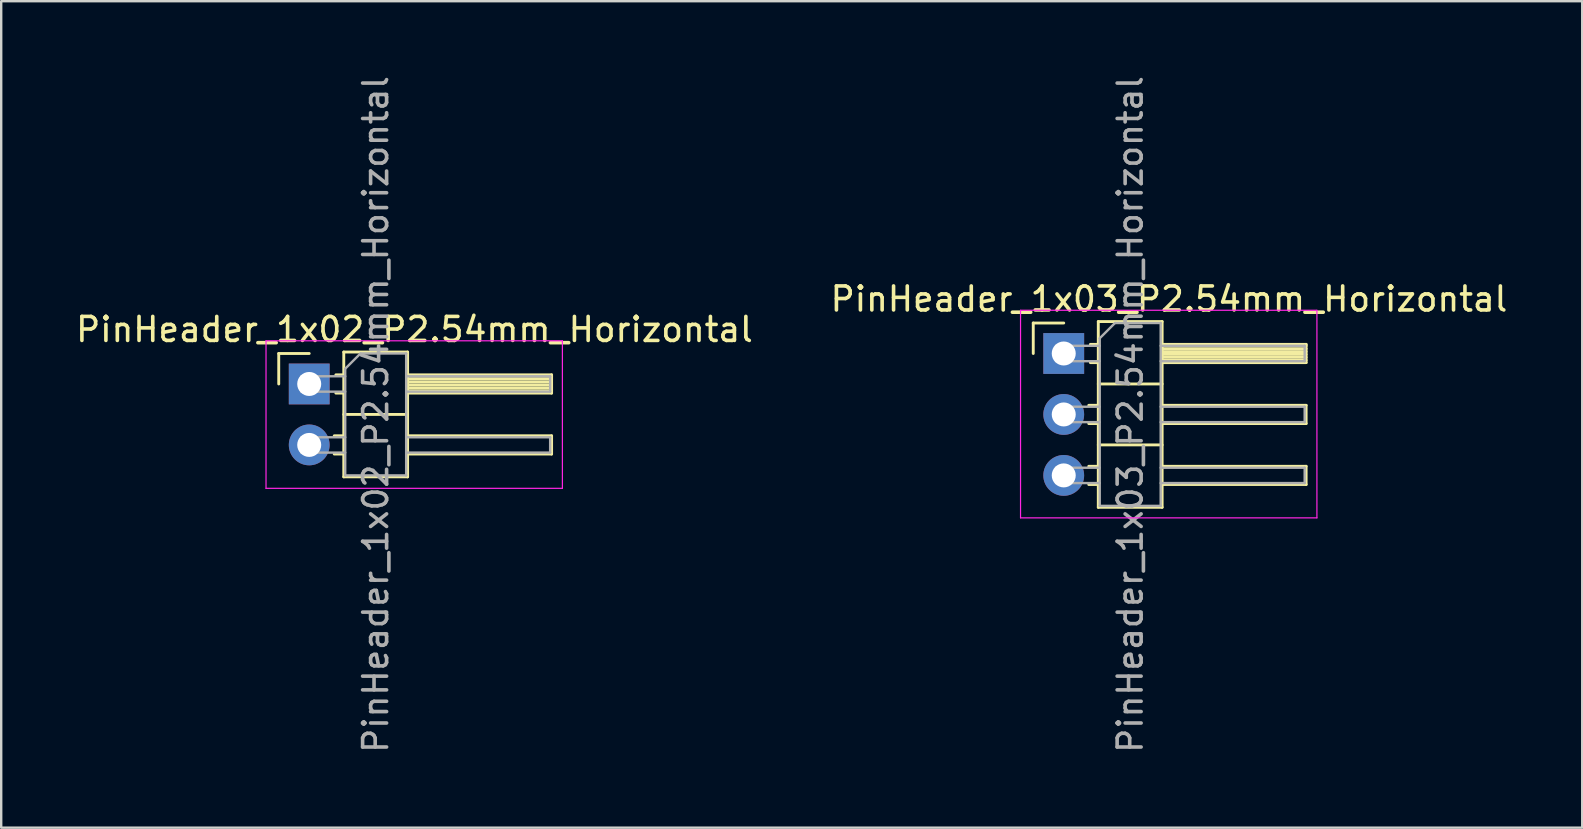
<source format=kicad_pcb>
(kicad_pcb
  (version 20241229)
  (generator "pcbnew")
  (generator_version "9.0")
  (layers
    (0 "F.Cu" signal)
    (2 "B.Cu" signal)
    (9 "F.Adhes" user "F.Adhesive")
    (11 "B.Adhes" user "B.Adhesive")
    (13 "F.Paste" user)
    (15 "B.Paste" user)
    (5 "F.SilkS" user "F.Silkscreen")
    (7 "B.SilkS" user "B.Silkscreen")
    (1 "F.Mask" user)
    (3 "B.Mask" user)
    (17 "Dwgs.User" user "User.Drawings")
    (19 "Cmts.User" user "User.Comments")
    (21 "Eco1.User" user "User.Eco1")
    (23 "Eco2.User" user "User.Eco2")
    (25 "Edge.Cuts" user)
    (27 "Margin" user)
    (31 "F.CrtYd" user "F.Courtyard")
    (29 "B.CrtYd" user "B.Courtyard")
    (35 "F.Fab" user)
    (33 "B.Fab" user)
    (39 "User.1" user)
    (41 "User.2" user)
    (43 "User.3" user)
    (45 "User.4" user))
  (footprint "PinHeader_1x02_P2.54mm_Horizontal"
    (layer "F.Cu")
    (at 9.835 12.95)
    (property "Reference" "PinHeader_1x02_P2.54mm_Horizontal" (at 4.385 -2.27 180) (layer "F.SilkS") (effects (font (size 1 1) (thickness 0.15))))
    (attr through_hole)
    (fp_line (start -1.27 -1.27) (end 0 -1.27) (stroke (width 0.12) (type solid)) (layer "F.SilkS"))
    (fp_line (start -1.27 0) (end -1.27 -1.27) (stroke (width 0.12) (type solid)) (layer "F.SilkS"))
    (fp_line (start 1.043 2.16) (end 1.44 2.16) (stroke (width 0.12) (type solid)) (layer "F.SilkS"))
    (fp_line (start 1.043 2.92) (end 1.44 2.92) (stroke (width 0.12) (type solid)) (layer "F.SilkS"))
    (fp_line (start 1.11 -0.38) (end 1.44 -0.38) (stroke (width 0.12) (type solid)) (layer "F.SilkS"))
    (fp_line (start 1.11 0.38) (end 1.44 0.38) (stroke (width 0.12) (type solid)) (layer "F.SilkS"))
    (fp_line (start 1.44 -1.33) (end 1.44 3.87) (stroke (width 0.12) (type solid)) (layer "F.SilkS"))
    (fp_line (start 1.44 1.27) (end 4.1 1.27) (stroke (width 0.12) (type solid)) (layer "F.SilkS"))
    (fp_line (start 1.44 3.87) (end 4.1 3.87) (stroke (width 0.12) (type solid)) (layer "F.SilkS"))
    (fp_line (start 4.1 -1.33) (end 1.44 -1.33) (stroke (width 0.12) (type solid)) (layer "F.SilkS"))
    (fp_line (start 4.1 -0.38) (end 10.1 -0.38) (stroke (width 0.12) (type solid)) (layer "F.SilkS"))
    (fp_line (start 4.1 -0.32) (end 10.1 -0.32) (stroke (width 0.12) (type solid)) (layer "F.SilkS"))
    (fp_line (start 4.1 -0.2) (end 10.1 -0.2) (stroke (width 0.12) (type solid)) (layer "F.SilkS"))
    (fp_line (start 4.1 -0.08) (end 10.1 -0.08) (stroke (width 0.12) (type solid)) (layer "F.SilkS"))
    (fp_line (start 4.1 0.04) (end 10.1 0.04) (stroke (width 0.12) (type solid)) (layer "F.SilkS"))
    (fp_line (start 4.1 0.16) (end 10.1 0.16) (stroke (width 0.12) (type solid)) (layer "F.SilkS"))
    (fp_line (start 4.1 0.28) (end 10.1 0.28) (stroke (width 0.12) (type solid)) (layer "F.SilkS"))
    (fp_line (start 4.1 2.16) (end 10.1 2.16) (stroke (width 0.12) (type solid)) (layer "F.SilkS"))
    (fp_line (start 4.1 3.87) (end 4.1 -1.33) (stroke (width 0.12) (type solid)) (layer "F.SilkS"))
    (fp_line (start 10.1 -0.38) (end 10.1 0.38) (stroke (width 0.12) (type solid)) (layer "F.SilkS"))
    (fp_line (start 10.1 0.38) (end 4.1 0.38) (stroke (width 0.12) (type solid)) (layer "F.SilkS"))
    (fp_line (start 10.1 2.16) (end 10.1 2.92) (stroke (width 0.12) (type solid)) (layer "F.SilkS"))
    (fp_line (start 10.1 2.92) (end 4.1 2.92) (stroke (width 0.12) (type solid)) (layer "F.SilkS"))
    (fp_line (start -1.8 -1.8) (end -1.8 4.35) (stroke (width 0.05) (type solid)) (layer "F.CrtYd"))
    (fp_line (start -1.8 4.35) (end 10.55 4.35) (stroke (width 0.05) (type solid)) (layer "F.CrtYd"))
    (fp_line (start 10.55 -1.8) (end -1.8 -1.8) (stroke (width 0.05) (type solid)) (layer "F.CrtYd"))
    (fp_line (start 10.55 4.35) (end 10.55 -1.8) (stroke (width 0.05) (type solid)) (layer "F.CrtYd"))
    (fp_line (start -0.32 -0.32) (end -0.32 0.32) (stroke (width 0.1) (type solid)) (layer "F.Fab"))
    (fp_line (start -0.32 -0.32) (end 1.5 -0.32) (stroke (width 0.1) (type solid)) (layer "F.Fab"))
    (fp_line (start -0.32 0.32) (end 1.5 0.32) (stroke (width 0.1) (type solid)) (layer "F.Fab"))
    (fp_line (start -0.32 2.22) (end -0.32 2.86) (stroke (width 0.1) (type solid)) (layer "F.Fab"))
    (fp_line (start -0.32 2.22) (end 1.5 2.22) (stroke (width 0.1) (type solid)) (layer "F.Fab"))
    (fp_line (start -0.32 2.86) (end 1.5 2.86) (stroke (width 0.1) (type solid)) (layer "F.Fab"))
    (fp_line (start 1.5 -0.635) (end 2.135 -1.27) (stroke (width 0.1) (type solid)) (layer "F.Fab"))
    (fp_line (start 1.5 3.81) (end 1.5 -0.635) (stroke (width 0.1) (type solid)) (layer "F.Fab"))
    (fp_line (start 2.135 -1.27) (end 4.04 -1.27) (stroke (width 0.1) (type solid)) (layer "F.Fab"))
    (fp_line (start 4.04 -1.27) (end 4.04 3.81) (stroke (width 0.1) (type solid)) (layer "F.Fab"))
    (fp_line (start 4.04 -0.32) (end 10.04 -0.32) (stroke (width 0.1) (type solid)) (layer "F.Fab"))
    (fp_line (start 4.04 0.32) (end 10.04 0.32) (stroke (width 0.1) (type solid)) (layer "F.Fab"))
    (fp_line (start 4.04 2.22) (end 10.04 2.22) (stroke (width 0.1) (type solid)) (layer "F.Fab"))
    (fp_line (start 4.04 2.86) (end 10.04 2.86) (stroke (width 0.1) (type solid)) (layer "F.Fab"))
    (fp_line (start 4.04 3.81) (end 1.5 3.81) (stroke (width 0.1) (type solid)) (layer "F.Fab"))
    (fp_line (start 10.04 -0.32) (end 10.04 0.32) (stroke (width 0.1) (type solid)) (layer "F.Fab"))
    (fp_line (start 10.04 2.22) (end 10.04 2.86) (stroke (width 0.1) (type solid)) (layer "F.Fab"))
    (fp_text user "${REFERENCE}" (at 2.77 1.27 270) (layer "F.Fab") (effects (font (size 1 1) (thickness 0.15))))
    (pad "1" thru_hole rect (at 0 0) (size 1.7 1.7) (drill 1) (layers "*.Cu" "*.Mask"))
    (pad "2" thru_hole oval (at 0 2.54) (size 1.7 1.7) (drill 1) (layers "*.Cu" "*.Mask")))
  (footprint "PinHeader_1x03_P2.54mm_Horizontal"
    (layer "F.Cu")
    (at 41.276 11.68)
    (property "Reference" "PinHeader_1x03_P2.54mm_Horizontal" (at 4.385 -2.27 0) (layer "F.SilkS") (effects (font (size 1 1) (thickness 0.15))))
    (attr through_hole)
    (fp_line (start -1.27 -1.27) (end 0 -1.27) (stroke (width 0.12) (type solid)) (layer "F.SilkS"))
    (fp_line (start -1.27 0) (end -1.27 -1.27) (stroke (width 0.12) (type solid)) (layer "F.SilkS"))
    (fp_line (start 1.043 2.16) (end 1.44 2.16) (stroke (width 0.12) (type solid)) (layer "F.SilkS"))
    (fp_line (start 1.043 2.92) (end 1.44 2.92) (stroke (width 0.12) (type solid)) (layer "F.SilkS"))
    (fp_line (start 1.043 4.7) (end 1.44 4.7) (stroke (width 0.12) (type solid)) (layer "F.SilkS"))
    (fp_line (start 1.043 5.46) (end 1.44 5.46) (stroke (width 0.12) (type solid)) (layer "F.SilkS"))
    (fp_line (start 1.11 -0.38) (end 1.44 -0.38) (stroke (width 0.12) (type solid)) (layer "F.SilkS"))
    (fp_line (start 1.11 0.38) (end 1.44 0.38) (stroke (width 0.12) (type solid)) (layer "F.SilkS"))
    (fp_line (start 1.44 -1.33) (end 1.44 6.41) (stroke (width 0.12) (type solid)) (layer "F.SilkS"))
    (fp_line (start 1.44 1.27) (end 4.1 1.27) (stroke (width 0.12) (type solid)) (layer "F.SilkS"))
    (fp_line (start 1.44 3.81) (end 4.1 3.81) (stroke (width 0.12) (type solid)) (layer "F.SilkS"))
    (fp_line (start 1.44 6.41) (end 4.1 6.41) (stroke (width 0.12) (type solid)) (layer "F.SilkS"))
    (fp_line (start 4.1 -1.33) (end 1.44 -1.33) (stroke (width 0.12) (type solid)) (layer "F.SilkS"))
    (fp_line (start 4.1 -0.38) (end 10.1 -0.38) (stroke (width 0.12) (type solid)) (layer "F.SilkS"))
    (fp_line (start 4.1 -0.32) (end 10.1 -0.32) (stroke (width 0.12) (type solid)) (layer "F.SilkS"))
    (fp_line (start 4.1 -0.2) (end 10.1 -0.2) (stroke (width 0.12) (type solid)) (layer "F.SilkS"))
    (fp_line (start 4.1 -0.08) (end 10.1 -0.08) (stroke (width 0.12) (type solid)) (layer "F.SilkS"))
    (fp_line (start 4.1 0.04) (end 10.1 0.04) (stroke (width 0.12) (type solid)) (layer "F.SilkS"))
    (fp_line (start 4.1 0.16) (end 10.1 0.16) (stroke (width 0.12) (type solid)) (layer "F.SilkS"))
    (fp_line (start 4.1 0.28) (end 10.1 0.28) (stroke (width 0.12) (type solid)) (layer "F.SilkS"))
    (fp_line (start 4.1 2.16) (end 10.1 2.16) (stroke (width 0.12) (type solid)) (layer "F.SilkS"))
    (fp_line (start 4.1 4.7) (end 10.1 4.7) (stroke (width 0.12) (type solid)) (layer "F.SilkS"))
    (fp_line (start 4.1 6.41) (end 4.1 -1.33) (stroke (width 0.12) (type solid)) (layer "F.SilkS"))
    (fp_line (start 10.1 -0.38) (end 10.1 0.38) (stroke (width 0.12) (type solid)) (layer "F.SilkS"))
    (fp_line (start 10.1 0.38) (end 4.1 0.38) (stroke (width 0.12) (type solid)) (layer "F.SilkS"))
    (fp_line (start 10.1 2.16) (end 10.1 2.92) (stroke (width 0.12) (type solid)) (layer "F.SilkS"))
    (fp_line (start 10.1 2.92) (end 4.1 2.92) (stroke (width 0.12) (type solid)) (layer "F.SilkS"))
    (fp_line (start 10.1 4.7) (end 10.1 5.46) (stroke (width 0.12) (type solid)) (layer "F.SilkS"))
    (fp_line (start 10.1 5.46) (end 4.1 5.46) (stroke (width 0.12) (type solid)) (layer "F.SilkS"))
    (fp_line (start -1.8 -1.8) (end -1.8 6.85) (stroke (width 0.05) (type solid)) (layer "F.CrtYd"))
    (fp_line (start -1.8 6.85) (end 10.55 6.85) (stroke (width 0.05) (type solid)) (layer "F.CrtYd"))
    (fp_line (start 10.55 -1.8) (end -1.8 -1.8) (stroke (width 0.05) (type solid)) (layer "F.CrtYd"))
    (fp_line (start 10.55 6.85) (end 10.55 -1.8) (stroke (width 0.05) (type solid)) (layer "F.CrtYd"))
    (fp_line (start -0.32 -0.32) (end -0.32 0.32) (stroke (width 0.1) (type solid)) (layer "F.Fab"))
    (fp_line (start -0.32 -0.32) (end 1.5 -0.32) (stroke (width 0.1) (type solid)) (layer "F.Fab"))
    (fp_line (start -0.32 0.32) (end 1.5 0.32) (stroke (width 0.1) (type solid)) (layer "F.Fab"))
    (fp_line (start -0.32 2.22) (end -0.32 2.86) (stroke (width 0.1) (type solid)) (layer "F.Fab"))
    (fp_line (start -0.32 2.22) (end 1.5 2.22) (stroke (width 0.1) (type solid)) (layer "F.Fab"))
    (fp_line (start -0.32 2.86) (end 1.5 2.86) (stroke (width 0.1) (type solid)) (layer "F.Fab"))
    (fp_line (start -0.32 4.76) (end -0.32 5.4) (stroke (width 0.1) (type solid)) (layer "F.Fab"))
    (fp_line (start -0.32 4.76) (end 1.5 4.76) (stroke (width 0.1) (type solid)) (layer "F.Fab"))
    (fp_line (start -0.32 5.4) (end 1.5 5.4) (stroke (width 0.1) (type solid)) (layer "F.Fab"))
    (fp_line (start 1.5 -0.635) (end 2.135 -1.27) (stroke (width 0.1) (type solid)) (layer "F.Fab"))
    (fp_line (start 1.5 6.35) (end 1.5 -0.635) (stroke (width 0.1) (type solid)) (layer "F.Fab"))
    (fp_line (start 2.135 -1.27) (end 4.04 -1.27) (stroke (width 0.1) (type solid)) (layer "F.Fab"))
    (fp_line (start 4.04 -1.27) (end 4.04 6.35) (stroke (width 0.1) (type solid)) (layer "F.Fab"))
    (fp_line (start 4.04 -0.32) (end 10.04 -0.32) (stroke (width 0.1) (type solid)) (layer "F.Fab"))
    (fp_line (start 4.04 0.32) (end 10.04 0.32) (stroke (width 0.1) (type solid)) (layer "F.Fab"))
    (fp_line (start 4.04 2.22) (end 10.04 2.22) (stroke (width 0.1) (type solid)) (layer "F.Fab"))
    (fp_line (start 4.04 2.86) (end 10.04 2.86) (stroke (width 0.1) (type solid)) (layer "F.Fab"))
    (fp_line (start 4.04 4.76) (end 10.04 4.76) (stroke (width 0.1) (type solid)) (layer "F.Fab"))
    (fp_line (start 4.04 5.4) (end 10.04 5.4) (stroke (width 0.1) (type solid)) (layer "F.Fab"))
    (fp_line (start 4.04 6.35) (end 1.5 6.35) (stroke (width 0.1) (type solid)) (layer "F.Fab"))
    (fp_line (start 10.04 -0.32) (end 10.04 0.32) (stroke (width 0.1) (type solid)) (layer "F.Fab"))
    (fp_line (start 10.04 2.22) (end 10.04 2.86) (stroke (width 0.1) (type solid)) (layer "F.Fab"))
    (fp_line (start 10.04 4.76) (end 10.04 5.4) (stroke (width 0.1) (type solid)) (layer "F.Fab"))
    (fp_text user "${REFERENCE}" (at 2.77 2.54 90) (layer "F.Fab") (effects (font (size 1 1) (thickness 0.15))))
    (pad "1" thru_hole rect (at 0 0) (size 1.7 1.7) (drill 1) (layers "*.Cu" "*.Mask"))
    (pad "2" thru_hole oval (at 0 2.54) (size 1.7 1.7) (drill 1) (layers "*.Cu" "*.Mask"))
    (pad "3" thru_hole oval (at 0 5.08) (size 1.7 1.7) (drill 1) (layers "*.Cu" "*.Mask")))
  (gr_rect
    (start -3 -3)
    (end 62.881 31.44)
    (stroke (width 0.1) (type default))
    (fill no)
    (layer "Edge.Cuts")))
</source>
